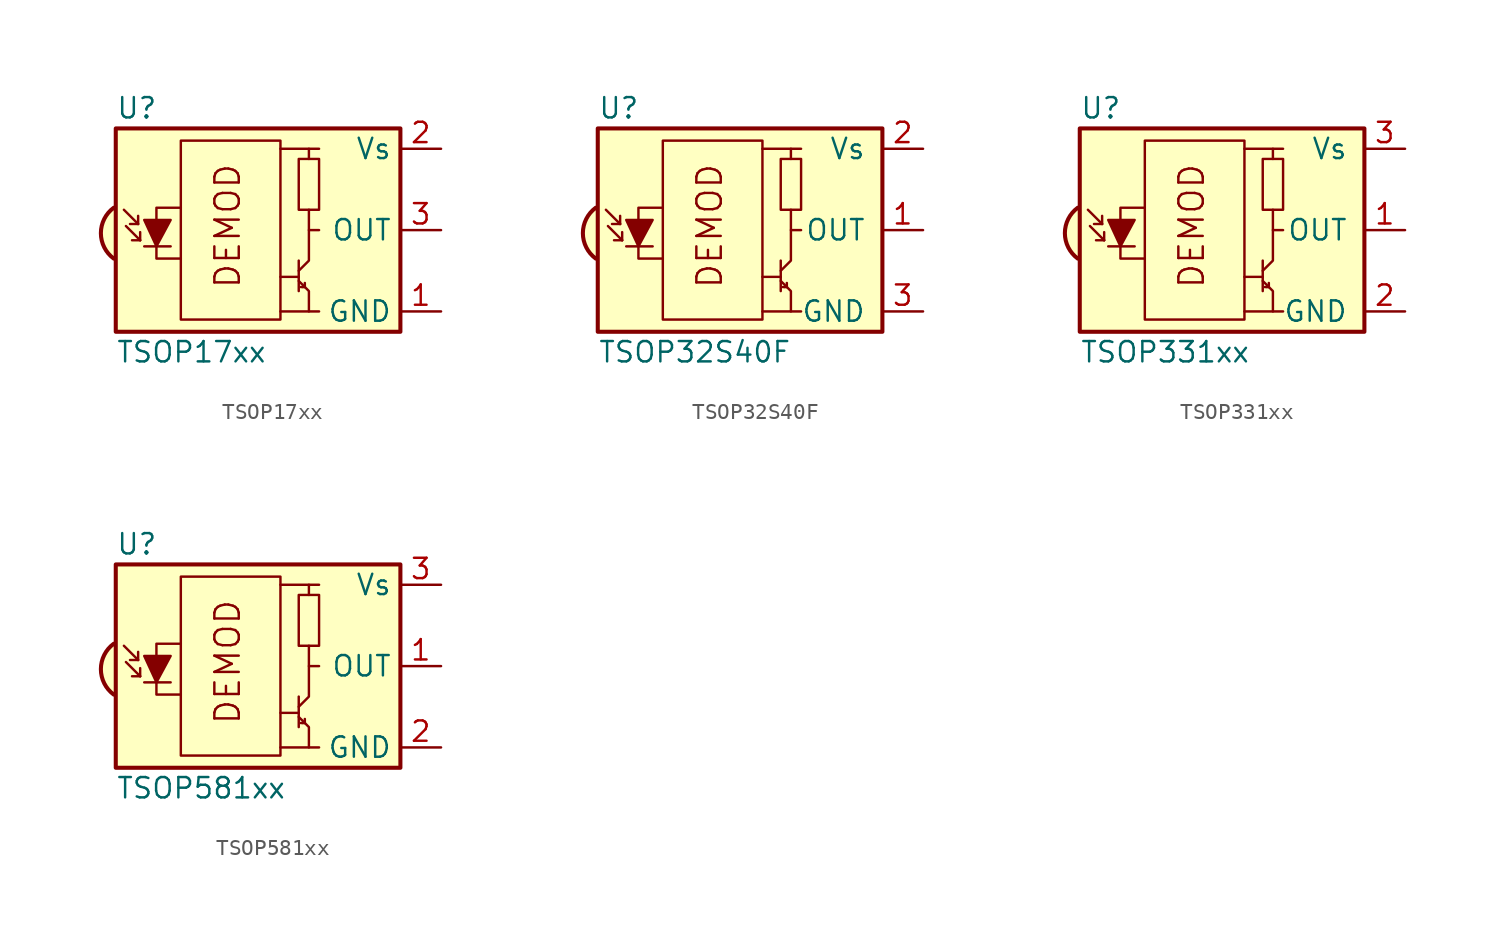
<source format=kicad_sym>
(kicad_symbol_lib
  (version 20211014)
  (generator kicad_symbol_editor)
  (symbol "TSOP17xx"
    (property "Reference" "U"
      (at -10.16 7.62 0)
      (effects (font (size 1.27 1.27)) (justify left)))
    (property "Value" "TSOP17xx"
      (at -10.16 -7.62 0)
      (effects (font (size 1.27 1.27)) (justify left)))
    (symbol "TSOP17xx_0_0"
      (arc (start -10.287 1.397) (mid -11.0899 -0.1852) (end -10.287 -1.778) (stroke (width 0.254) (type default) (color 0 0 0 0)) (fill (type background)))
      (polyline (pts (xy 1.905 -5.08) (xy 0.127 -5.08)) (stroke (width 0) (type default) (color 0 0 0 0)) (fill (type none)))
      (polyline (pts (xy 1.905 5.08) (xy 0.127 5.08)) (stroke (width 0) (type default) (color 0 0 0 0)) (fill (type none)))
      (text "DEMOD" (at -3.175 0.254 900) (effects (font (size 1.524 1.524)))))
    (symbol "TSOP17xx_0_1"
      (rectangle (start -6.096 5.588) (end 0.127 -5.588) (stroke (width 0) (type default) (color 0 0 0 0)) (fill (type none)))
      (polyline (pts (xy -8.763 0.381) (xy -9.652 1.27)) (stroke (width 0) (type default) (color 0 0 0 0)) (fill (type none)))
      (polyline (pts (xy -8.763 0.381) (xy -9.271 0.381)) (stroke (width 0) (type default) (color 0 0 0 0)) (fill (type none)))
      (polyline (pts (xy -8.763 0.381) (xy -8.763 0.889)) (stroke (width 0) (type default) (color 0 0 0 0)) (fill (type none)))
      (polyline (pts (xy -8.636 -0.635) (xy -9.525 0.254)) (stroke (width 0) (type default) (color 0 0 0 0)) (fill (type none)))
      (polyline (pts (xy -8.636 -0.635) (xy -9.144 -0.635)) (stroke (width 0) (type default) (color 0 0 0 0)) (fill (type none)))
      (polyline (pts (xy -8.636 -0.635) (xy -8.636 -0.127)) (stroke (width 0) (type default) (color 0 0 0 0)) (fill (type none)))
      (polyline (pts (xy -8.382 -1.016) (xy -6.731 -1.016)) (stroke (width 0) (type default) (color 0 0 0 0)) (fill (type none)))
      (polyline (pts (xy 1.27 -2.921) (xy 0.127 -2.921)) (stroke (width 0) (type default) (color 0 0 0 0)) (fill (type none)))
      (polyline (pts (xy 1.27 -1.905) (xy 1.27 -3.81)) (stroke (width 0) (type default) (color 0 0 0 0)) (fill (type none)))
      (polyline (pts (xy 1.397 -3.556) (xy 1.524 -3.556)) (stroke (width 0) (type default) (color 0 0 0 0)) (fill (type none)))
      (polyline (pts (xy 1.651 -3.556) (xy 1.524 -3.556)) (stroke (width 0) (type default) (color 0 0 0 0)) (fill (type none)))
      (polyline (pts (xy 1.651 -3.556) (xy 1.651 -3.302)) (stroke (width 0) (type default) (color 0 0 0 0)) (fill (type none)))
      (polyline (pts (xy 1.905 0) (xy 1.905 1.27)) (stroke (width 0) (type default) (color 0 0 0 0)) (fill (type none)))
      (polyline (pts (xy 1.905 4.445) (xy 1.905 5.08) (xy 2.54 5.08)) (stroke (width 0) (type default) (color 0 0 0 0)) (fill (type none)))
      (polyline (pts (xy -8.382 0.635) (xy -6.731 0.635) (xy -7.62 -1.016) (xy -8.382 0.635)) (stroke (width 0) (type default) (color 0 0 0 0)) (fill (type outline)))
      (polyline (pts (xy -6.096 1.397) (xy -7.62 1.397) (xy -7.62 -1.778) (xy -6.096 -1.778)) (stroke (width 0) (type default) (color 0 0 0 0)) (fill (type none)))
      (polyline (pts (xy 1.27 -3.175) (xy 1.905 -3.81) (xy 1.905 -5.08) (xy 2.54 -5.08)) (stroke (width 0) (type default) (color 0 0 0 0)) (fill (type none)))
      (polyline (pts (xy 1.27 -2.54) (xy 1.905 -1.905) (xy 1.905 0) (xy 2.54 0)) (stroke (width 0) (type default) (color 0 0 0 0)) (fill (type none)))
      (rectangle (start 2.54 1.27) (end 1.27 4.445) (stroke (width 0) (type default) (color 0 0 0 0)) (fill (type none)))
      (rectangle (start 7.62 6.35) (end -10.16 -6.35) (stroke (width 0.254) (type default) (color 0 0 0 0)) (fill (type background))))
    (symbol "TSOP17xx_1_1"
      (pin power_in line (at 10.16 -5.08 180) (length 2.54) (name "GND" (effects (font (size 1.27 1.27)))) (number "1" (effects (font (size 1.27 1.27)))))
      (pin power_in line (at 10.16 5.08 180) (length 2.54) (name "Vs" (effects (font (size 1.27 1.27)))) (number "2" (effects (font (size 1.27 1.27)))))
      (pin output line (at 10.16 0 180) (length 2.54) (name "OUT" (effects (font (size 1.27 1.27)))) (number "3" (effects (font (size 1.27 1.27)))))))
  (symbol "TSOP32S40F"
    (pin_names
      (offset 1.016))
    (property "Reference" "U"
      (at -10.16 7.62 0)
      (effects (font (size 1.27 1.27)) (justify left)))
    (property "Value" "TSOP32S40F"
      (at -10.16 -7.62 0)
      (effects (font (size 1.27 1.27)) (justify left)))
    (symbol "TSOP32S40F_0_0"
      (arc (start -10.287 1.397) (mid -11.0899 -0.1852) (end -10.287 -1.778) (stroke (width 0.254) (type default) (color 0 0 0 0)) (fill (type background)))
      (polyline (pts (xy 1.905 -5.08) (xy 0.127 -5.08)) (stroke (width 0) (type default) (color 0 0 0 0)) (fill (type none)))
      (polyline (pts (xy 1.905 5.08) (xy 0.127 5.08)) (stroke (width 0) (type default) (color 0 0 0 0)) (fill (type none)))
      (text "DEMOD" (at -3.175 0.254 900) (effects (font (size 1.524 1.524)))))
    (symbol "TSOP32S40F_0_1"
      (rectangle (start -6.096 5.588) (end 0.127 -5.588) (stroke (width 0) (type default) (color 0 0 0 0)) (fill (type none)))
      (polyline (pts (xy -8.763 0.381) (xy -9.652 1.27)) (stroke (width 0) (type default) (color 0 0 0 0)) (fill (type none)))
      (polyline (pts (xy -8.763 0.381) (xy -9.271 0.381)) (stroke (width 0) (type default) (color 0 0 0 0)) (fill (type none)))
      (polyline (pts (xy -8.763 0.381) (xy -8.763 0.889)) (stroke (width 0) (type default) (color 0 0 0 0)) (fill (type none)))
      (polyline (pts (xy -8.636 -0.635) (xy -9.525 0.254)) (stroke (width 0) (type default) (color 0 0 0 0)) (fill (type none)))
      (polyline (pts (xy -8.636 -0.635) (xy -9.144 -0.635)) (stroke (width 0) (type default) (color 0 0 0 0)) (fill (type none)))
      (polyline (pts (xy -8.636 -0.635) (xy -8.636 -0.127)) (stroke (width 0) (type default) (color 0 0 0 0)) (fill (type none)))
      (polyline (pts (xy -8.382 -1.016) (xy -6.731 -1.016)) (stroke (width 0) (type default) (color 0 0 0 0)) (fill (type none)))
      (polyline (pts (xy 1.27 -2.921) (xy 0.127 -2.921)) (stroke (width 0) (type default) (color 0 0 0 0)) (fill (type none)))
      (polyline (pts (xy 1.27 -1.905) (xy 1.27 -3.81)) (stroke (width 0) (type default) (color 0 0 0 0)) (fill (type none)))
      (polyline (pts (xy 1.397 -3.556) (xy 1.524 -3.556)) (stroke (width 0) (type default) (color 0 0 0 0)) (fill (type none)))
      (polyline (pts (xy 1.651 -3.556) (xy 1.524 -3.556)) (stroke (width 0) (type default) (color 0 0 0 0)) (fill (type none)))
      (polyline (pts (xy 1.651 -3.556) (xy 1.651 -3.302)) (stroke (width 0) (type default) (color 0 0 0 0)) (fill (type none)))
      (polyline (pts (xy 1.905 0) (xy 1.905 1.27)) (stroke (width 0) (type default) (color 0 0 0 0)) (fill (type none)))
      (polyline (pts (xy 1.905 4.445) (xy 1.905 5.08) (xy 2.54 5.08)) (stroke (width 0) (type default) (color 0 0 0 0)) (fill (type none)))
      (polyline (pts (xy -8.382 0.635) (xy -6.731 0.635) (xy -7.62 -1.016) (xy -8.382 0.635)) (stroke (width 0) (type default) (color 0 0 0 0)) (fill (type outline)))
      (polyline (pts (xy -6.096 1.397) (xy -7.62 1.397) (xy -7.62 -1.778) (xy -6.096 -1.778)) (stroke (width 0) (type default) (color 0 0 0 0)) (fill (type none)))
      (polyline (pts (xy 1.27 -3.175) (xy 1.905 -3.81) (xy 1.905 -5.08) (xy 2.54 -5.08)) (stroke (width 0) (type default) (color 0 0 0 0)) (fill (type none)))
      (polyline (pts (xy 1.27 -2.54) (xy 1.905 -1.905) (xy 1.905 0) (xy 2.54 0)) (stroke (width 0) (type default) (color 0 0 0 0)) (fill (type none)))
      (rectangle (start 2.54 1.27) (end 1.27 4.445) (stroke (width 0) (type default) (color 0 0 0 0)) (fill (type none)))
      (rectangle (start 7.62 6.35) (end -10.16 -6.35) (stroke (width 0.254) (type default) (color 0 0 0 0)) (fill (type background))))
    (symbol "TSOP32S40F_1_1"
      (pin output line (at 10.16 0 180) (length 2.54) (name "OUT" (effects (font (size 1.27 1.27)))) (number "1" (effects (font (size 1.27 1.27)))))
      (pin power_in line (at 10.16 5.08 180) (length 2.54) (name "Vs" (effects (font (size 1.27 1.27)))) (number "2" (effects (font (size 1.27 1.27)))))
      (pin power_in line (at 10.16 -5.08 180) (length 2.54) (name "GND" (effects (font (size 1.27 1.27)))) (number "3" (effects (font (size 1.27 1.27)))))))
  (symbol "TSOP331xx"
    (pin_names
      (offset 1.016))
    (property "Reference" "U"
      (at -10.16 7.62 0)
      (effects (font (size 1.27 1.27)) (justify left)))
    (property "Value" "TSOP331xx"
      (at -10.16 -7.62 0)
      (effects (font (size 1.27 1.27)) (justify left)))
    (symbol "TSOP331xx_0_0"
      (arc (start -10.287 1.397) (mid -11.0899 -0.1852) (end -10.287 -1.778) (stroke (width 0.254) (type default) (color 0 0 0 0)) (fill (type background)))
      (polyline (pts (xy 1.905 -5.08) (xy 0.127 -5.08)) (stroke (width 0) (type default) (color 0 0 0 0)) (fill (type none)))
      (polyline (pts (xy 1.905 5.08) (xy 0.127 5.08)) (stroke (width 0) (type default) (color 0 0 0 0)) (fill (type none)))
      (text "DEMOD" (at -3.175 0.254 900) (effects (font (size 1.524 1.524)))))
    (symbol "TSOP331xx_0_1"
      (rectangle (start -6.096 5.588) (end 0.127 -5.588) (stroke (width 0) (type default) (color 0 0 0 0)) (fill (type none)))
      (polyline (pts (xy -8.763 0.381) (xy -9.652 1.27)) (stroke (width 0) (type default) (color 0 0 0 0)) (fill (type none)))
      (polyline (pts (xy -8.763 0.381) (xy -9.271 0.381)) (stroke (width 0) (type default) (color 0 0 0 0)) (fill (type none)))
      (polyline (pts (xy -8.763 0.381) (xy -8.763 0.889)) (stroke (width 0) (type default) (color 0 0 0 0)) (fill (type none)))
      (polyline (pts (xy -8.636 -0.635) (xy -9.525 0.254)) (stroke (width 0) (type default) (color 0 0 0 0)) (fill (type none)))
      (polyline (pts (xy -8.636 -0.635) (xy -9.144 -0.635)) (stroke (width 0) (type default) (color 0 0 0 0)) (fill (type none)))
      (polyline (pts (xy -8.636 -0.635) (xy -8.636 -0.127)) (stroke (width 0) (type default) (color 0 0 0 0)) (fill (type none)))
      (polyline (pts (xy -8.382 -1.016) (xy -6.731 -1.016)) (stroke (width 0) (type default) (color 0 0 0 0)) (fill (type none)))
      (polyline (pts (xy 1.27 -2.921) (xy 0.127 -2.921)) (stroke (width 0) (type default) (color 0 0 0 0)) (fill (type none)))
      (polyline (pts (xy 1.27 -1.905) (xy 1.27 -3.81)) (stroke (width 0) (type default) (color 0 0 0 0)) (fill (type none)))
      (polyline (pts (xy 1.397 -3.556) (xy 1.524 -3.556)) (stroke (width 0) (type default) (color 0 0 0 0)) (fill (type none)))
      (polyline (pts (xy 1.651 -3.556) (xy 1.524 -3.556)) (stroke (width 0) (type default) (color 0 0 0 0)) (fill (type none)))
      (polyline (pts (xy 1.651 -3.556) (xy 1.651 -3.302)) (stroke (width 0) (type default) (color 0 0 0 0)) (fill (type none)))
      (polyline (pts (xy 1.905 0) (xy 1.905 1.27)) (stroke (width 0) (type default) (color 0 0 0 0)) (fill (type none)))
      (polyline (pts (xy 1.905 4.445) (xy 1.905 5.08) (xy 2.54 5.08)) (stroke (width 0) (type default) (color 0 0 0 0)) (fill (type none)))
      (polyline (pts (xy -8.382 0.635) (xy -6.731 0.635) (xy -7.62 -1.016) (xy -8.382 0.635)) (stroke (width 0) (type default) (color 0 0 0 0)) (fill (type outline)))
      (polyline (pts (xy -6.096 1.397) (xy -7.62 1.397) (xy -7.62 -1.778) (xy -6.096 -1.778)) (stroke (width 0) (type default) (color 0 0 0 0)) (fill (type none)))
      (polyline (pts (xy 1.27 -3.175) (xy 1.905 -3.81) (xy 1.905 -5.08) (xy 2.54 -5.08)) (stroke (width 0) (type default) (color 0 0 0 0)) (fill (type none)))
      (polyline (pts (xy 1.27 -2.54) (xy 1.905 -1.905) (xy 1.905 0) (xy 2.54 0)) (stroke (width 0) (type default) (color 0 0 0 0)) (fill (type none)))
      (rectangle (start 2.54 1.27) (end 1.27 4.445) (stroke (width 0) (type default) (color 0 0 0 0)) (fill (type none)))
      (rectangle (start 7.62 6.35) (end -10.16 -6.35) (stroke (width 0.254) (type default) (color 0 0 0 0)) (fill (type background))))
    (symbol "TSOP331xx_1_1"
      (pin output line (at 10.16 0 180) (length 2.54) (name "OUT" (effects (font (size 1.27 1.27)))) (number "1" (effects (font (size 1.27 1.27)))))
      (pin power_in line (at 10.16 -5.08 180) (length 2.54) (name "GND" (effects (font (size 1.27 1.27)))) (number "2" (effects (font (size 1.27 1.27)))))
      (pin power_in line (at 10.16 5.08 180) (length 2.54) (name "Vs" (effects (font (size 1.27 1.27)))) (number "3" (effects (font (size 1.27 1.27)))))))
  (symbol "TSOP581xx"
    (property "Reference" "U"
      (at -10.16 7.62 0)
      (effects (font (size 1.27 1.27)) (justify left)))
    (property "Value" "TSOP581xx"
      (at -10.16 -7.62 0)
      (effects (font (size 1.27 1.27)) (justify left)))
    (symbol "TSOP581xx_0_0"
      (arc (start -10.287 1.397) (mid -11.0899 -0.1852) (end -10.287 -1.778) (stroke (width 0.254) (type default) (color 0 0 0 0)) (fill (type background)))
      (polyline (pts (xy 1.905 -5.08) (xy 0.127 -5.08)) (stroke (width 0) (type default) (color 0 0 0 0)) (fill (type none)))
      (polyline (pts (xy 1.905 5.08) (xy 0.127 5.08)) (stroke (width 0) (type default) (color 0 0 0 0)) (fill (type none)))
      (text "DEMOD" (at -3.175 0.254 900) (effects (font (size 1.524 1.524)))))
    (symbol "TSOP581xx_0_1"
      (rectangle (start -6.096 5.588) (end 0.127 -5.588) (stroke (width 0) (type default) (color 0 0 0 0)) (fill (type none)))
      (polyline (pts (xy -8.763 0.381) (xy -9.652 1.27)) (stroke (width 0) (type default) (color 0 0 0 0)) (fill (type none)))
      (polyline (pts (xy -8.763 0.381) (xy -9.271 0.381)) (stroke (width 0) (type default) (color 0 0 0 0)) (fill (type none)))
      (polyline (pts (xy -8.763 0.381) (xy -8.763 0.889)) (stroke (width 0) (type default) (color 0 0 0 0)) (fill (type none)))
      (polyline (pts (xy -8.636 -0.635) (xy -9.525 0.254)) (stroke (width 0) (type default) (color 0 0 0 0)) (fill (type none)))
      (polyline (pts (xy -8.636 -0.635) (xy -9.144 -0.635)) (stroke (width 0) (type default) (color 0 0 0 0)) (fill (type none)))
      (polyline (pts (xy -8.636 -0.635) (xy -8.636 -0.127)) (stroke (width 0) (type default) (color 0 0 0 0)) (fill (type none)))
      (polyline (pts (xy -8.382 -1.016) (xy -6.731 -1.016)) (stroke (width 0) (type default) (color 0 0 0 0)) (fill (type none)))
      (polyline (pts (xy 1.27 -2.921) (xy 0.127 -2.921)) (stroke (width 0) (type default) (color 0 0 0 0)) (fill (type none)))
      (polyline (pts (xy 1.27 -1.905) (xy 1.27 -3.81)) (stroke (width 0) (type default) (color 0 0 0 0)) (fill (type none)))
      (polyline (pts (xy 1.397 -3.556) (xy 1.524 -3.556)) (stroke (width 0) (type default) (color 0 0 0 0)) (fill (type none)))
      (polyline (pts (xy 1.651 -3.556) (xy 1.524 -3.556)) (stroke (width 0) (type default) (color 0 0 0 0)) (fill (type none)))
      (polyline (pts (xy 1.651 -3.556) (xy 1.651 -3.302)) (stroke (width 0) (type default) (color 0 0 0 0)) (fill (type none)))
      (polyline (pts (xy 1.905 0) (xy 1.905 1.27)) (stroke (width 0) (type default) (color 0 0 0 0)) (fill (type none)))
      (polyline (pts (xy 1.905 4.445) (xy 1.905 5.08) (xy 2.54 5.08)) (stroke (width 0) (type default) (color 0 0 0 0)) (fill (type none)))
      (polyline (pts (xy -8.382 0.635) (xy -6.731 0.635) (xy -7.62 -1.016) (xy -8.382 0.635)) (stroke (width 0) (type default) (color 0 0 0 0)) (fill (type outline)))
      (polyline (pts (xy -6.096 1.397) (xy -7.62 1.397) (xy -7.62 -1.778) (xy -6.096 -1.778)) (stroke (width 0) (type default) (color 0 0 0 0)) (fill (type none)))
      (polyline (pts (xy 1.27 -3.175) (xy 1.905 -3.81) (xy 1.905 -5.08) (xy 2.54 -5.08)) (stroke (width 0) (type default) (color 0 0 0 0)) (fill (type none)))
      (polyline (pts (xy 1.27 -2.54) (xy 1.905 -1.905) (xy 1.905 0) (xy 2.54 0)) (stroke (width 0) (type default) (color 0 0 0 0)) (fill (type none)))
      (rectangle (start 2.54 1.27) (end 1.27 4.445) (stroke (width 0) (type default) (color 0 0 0 0)) (fill (type none)))
      (rectangle (start 7.62 6.35) (end -10.16 -6.35) (stroke (width 0.254) (type default) (color 0 0 0 0)) (fill (type background))))
    (symbol "TSOP581xx_1_1"
      (pin output line (at 10.16 0 180) (length 2.54) (name "OUT" (effects (font (size 1.27 1.27)))) (number "1" (effects (font (size 1.27 1.27)))))
      (pin power_in line (at 10.16 -5.08 180) (length 2.54) (name "GND" (effects (font (size 1.27 1.27)))) (number "2" (effects (font (size 1.27 1.27)))))
      (pin power_in line (at 10.16 5.08 180) (length 2.54) (name "Vs" (effects (font (size 1.27 1.27)))) (number "3" (effects (font (size 1.27 1.27))))))))
</source>
